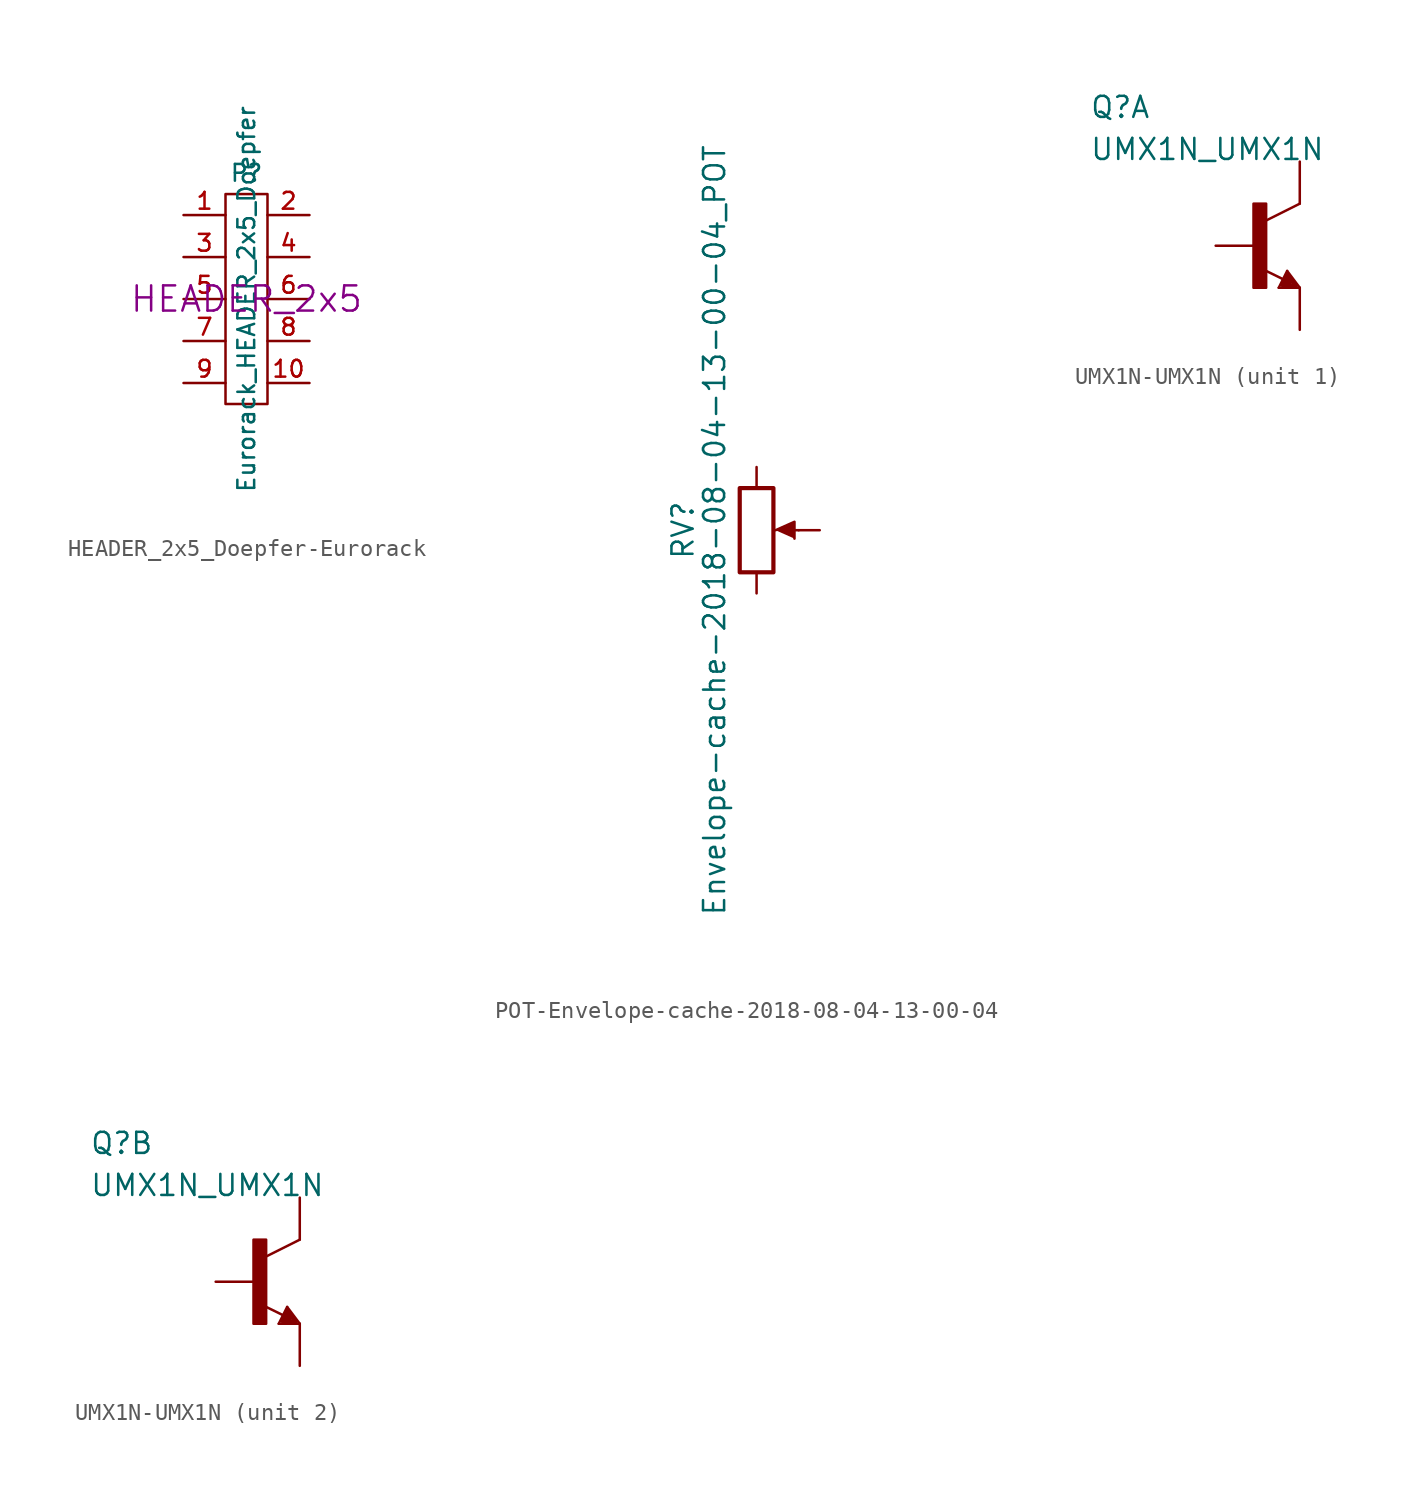
<source format=kicad_sym>
(kicad_symbol_lib
  (version 20231120)
  (generator "kicad_symbol_editor")
  (generator_version "8.0")
  (symbol "HEADER_2x5_Doepfer-Eurorack"
    (pin_names
      (offset 1.016) hide)
    (property "Reference" "P"
      (at 0 7.62 0)
      (effects (font (size 1.016 1.016))))
    (property "Value" "Eurorack_HEADER_2x5_Doepfer"
      (at 0 0 90)
      (effects (font (size 1.016 1.016))))
    (property "Footprint" "HEADER_2x5"
      (at 0 0 0)
      (effects (font (size 1.524 1.524))))
    (property "Datasheet" ""
      (at 0 0 0)
      (effects (font (size 1.524 1.524))))
    (symbol "HEADER_2x5_Doepfer-Eurorack_0_1"
      (rectangle (start -1.27 6.35) (end 1.27 -6.35) (stroke (width 0) (type solid)) (fill (type none))))
    (symbol "HEADER_2x5_Doepfer-Eurorack_1_1"
      (pin passive line (at -3.81 5.08 0) (length 2.54) (name "-12" (effects (font (size 1.016 1.016)))) (number "1" (effects (font (size 1.016 1.016)))))
      (pin passive line (at 3.81 -5.08 180) (length 2.54) (name "+12" (effects (font (size 1.016 1.016)))) (number "10" (effects (font (size 1.016 1.016)))))
      (pin passive line (at 3.81 5.08 180) (length 2.54) (name "-12" (effects (font (size 1.016 1.016)))) (number "2" (effects (font (size 1.016 1.016)))))
      (pin passive line (at -3.81 2.54 0) (length 2.54) (name "GND" (effects (font (size 1.016 1.016)))) (number "3" (effects (font (size 1.016 1.016)))))
      (pin passive line (at 3.81 2.54 180) (length 2.54) (name "GND" (effects (font (size 1.016 1.016)))) (number "4" (effects (font (size 1.016 1.016)))))
      (pin passive line (at -3.81 0 0) (length 2.54) (name "GND" (effects (font (size 1.016 1.016)))) (number "5" (effects (font (size 1.016 1.016)))))
      (pin passive line (at 3.81 0 180) (length 2.54) (name "GND" (effects (font (size 1.016 1.016)))) (number "6" (effects (font (size 1.016 1.016)))))
      (pin passive line (at -3.81 -2.54 0) (length 2.54) (name "GND" (effects (font (size 1.016 1.016)))) (number "7" (effects (font (size 1.016 1.016)))))
      (pin passive line (at 3.81 -2.54 180) (length 2.54) (name "GND" (effects (font (size 1.016 1.016)))) (number "8" (effects (font (size 1.016 1.016)))))
      (pin passive line (at -3.81 -5.08 0) (length 2.54) (name "+12" (effects (font (size 1.016 1.016)))) (number "9" (effects (font (size 1.016 1.016)))))))
  (symbol "POT-Envelope-cache-2018-08-04-13-00-04"
    (pin_numbers hide)
    (pin_names
      (offset 1.016) hide)
    (property "Reference" "RV"
      (at -4.445 0 90)
      (effects (font (size 1.27 1.27))))
    (property "Value" "Envelope-cache-2018-08-04-13-00-04_POT"
      (at -2.54 0 90)
      (effects (font (size 1.27 1.27))))
    (symbol "POT-Envelope-cache-2018-08-04-13-00-04_0_1"
      (polyline (pts (xy 2.54 0) (xy 1.524 0)) (stroke (width 0) (type solid)) (fill (type none)))
      (polyline (pts (xy 1.143 0) (xy 2.286 0.508) (xy 2.286 -0.508)) (stroke (width 0) (type solid)) (fill (type outline)))
      (rectangle (start 1.016 2.54) (end -1.016 -2.54) (stroke (width 0.254) (type solid)) (fill (type none))))
    (symbol "POT-Envelope-cache-2018-08-04-13-00-04_1_1"
      (pin passive line (at 0 3.81 270) (length 1.27) (name "1" (effects (font (size 1.27 1.27)))) (number "1" (effects (font (size 1.27 1.27)))))
      (pin passive line (at 3.81 0 180) (length 1.27) (name "2" (effects (font (size 1.27 1.27)))) (number "2" (effects (font (size 1.27 1.27)))))
      (pin passive line (at 0 -3.81 90) (length 1.27) (name "3" (effects (font (size 1.27 1.27)))) (number "3" (effects (font (size 1.27 1.27)))))))
  (symbol "UMX1N-UMX1N"
    (pin_numbers hide)
    (pin_names
      (offset 1.016) hide)
    (property "Reference" "Q"
      (at -10.16 7.62 0)
      (effects (font (size 1.27 1.27)) (justify left bottom)))
    (property "Value" "UMX1N_UMX1N"
      (at -10.16 5.08 0)
      (effects (font (size 1.27 1.27)) (justify left bottom)))
    (property "ki_locked" ""
      (at 0 0 0)
      (effects (font (size 1.27 1.27))))
    (symbol "UMX1N-UMX1N_1_0"
      (rectangle (start -0.254 -2.54) (end 0.508 2.54) (stroke (width 0) (type solid)) (fill (type outline)))
      (polyline (pts (xy 1.27 -2.54) (xy 1.778 -1.524)) (stroke (width 0.152) (type solid)) (fill (type none)))
      (polyline (pts (xy 1.524 -2.413) (xy 2.286 -2.413)) (stroke (width 0.254) (type solid)) (fill (type none)))
      (polyline (pts (xy 1.524 -2.286) (xy 1.905 -2.286)) (stroke (width 0.254) (type solid)) (fill (type none)))
      (polyline (pts (xy 1.549 -2.032) (xy 0.305 -1.422)) (stroke (width 0.152) (type solid)) (fill (type none)))
      (polyline (pts (xy 1.778 -1.778) (xy 1.524 -2.286)) (stroke (width 0.254) (type solid)) (fill (type none)))
      (polyline (pts (xy 1.778 -1.524) (xy 2.54 -2.54)) (stroke (width 0.152) (type solid)) (fill (type none)))
      (polyline (pts (xy 1.905 -2.286) (xy 1.778 -2.032)) (stroke (width 0.254) (type solid)) (fill (type none)))
      (polyline (pts (xy 2.286 -2.413) (xy 1.778 -1.778)) (stroke (width 0.254) (type solid)) (fill (type none)))
      (polyline (pts (xy 2.54 -2.54) (xy 1.27 -2.54)) (stroke (width 0.152) (type solid)) (fill (type none)))
      (polyline (pts (xy 2.54 2.54) (xy 0.508 1.524)) (stroke (width 0.152) (type solid)) (fill (type none)))
      (pin passive line (at 2.54 -5.08 90) (length 2.54) (name "E" (effects (font (size 1.016 1.016)))) (number "1" (effects (font (size 1.016 1.016)))))
      (pin passive line (at -2.54 0 0) (length 2.54) (name "B" (effects (font (size 1.016 1.016)))) (number "2" (effects (font (size 1.016 1.016)))))
      (pin passive line (at 2.54 5.08 270) (length 2.54) (name "C" (effects (font (size 1.016 1.016)))) (number "6" (effects (font (size 1.016 1.016))))))
    (symbol "UMX1N-UMX1N_2_0"
      (rectangle (start -0.254 -2.54) (end 0.508 2.54) (stroke (width 0) (type solid)) (fill (type outline)))
      (polyline (pts (xy 1.27 -2.54) (xy 1.778 -1.524)) (stroke (width 0.152) (type solid)) (fill (type none)))
      (polyline (pts (xy 1.524 -2.413) (xy 2.286 -2.413)) (stroke (width 0.254) (type solid)) (fill (type none)))
      (polyline (pts (xy 1.524 -2.286) (xy 1.905 -2.286)) (stroke (width 0.254) (type solid)) (fill (type none)))
      (polyline (pts (xy 1.549 -2.032) (xy 0.305 -1.422)) (stroke (width 0.152) (type solid)) (fill (type none)))
      (polyline (pts (xy 1.778 -1.778) (xy 1.524 -2.286)) (stroke (width 0.254) (type solid)) (fill (type none)))
      (polyline (pts (xy 1.778 -1.524) (xy 2.54 -2.54)) (stroke (width 0.152) (type solid)) (fill (type none)))
      (polyline (pts (xy 1.905 -2.286) (xy 1.778 -2.032)) (stroke (width 0.254) (type solid)) (fill (type none)))
      (polyline (pts (xy 2.286 -2.413) (xy 1.778 -1.778)) (stroke (width 0.254) (type solid)) (fill (type none)))
      (polyline (pts (xy 2.54 -2.54) (xy 1.27 -2.54)) (stroke (width 0.152) (type solid)) (fill (type none)))
      (polyline (pts (xy 2.54 2.54) (xy 0.508 1.524)) (stroke (width 0.152) (type solid)) (fill (type none)))
      (pin passive line (at 2.54 5.08 270) (length 2.54) (name "C" (effects (font (size 1.016 1.016)))) (number "3" (effects (font (size 1.016 1.016)))))
      (pin passive line (at 2.54 -5.08 90) (length 2.54) (name "E" (effects (font (size 1.016 1.016)))) (number "4" (effects (font (size 1.016 1.016)))))
      (pin passive line (at -2.54 0 0) (length 2.54) (name "B" (effects (font (size 1.016 1.016)))) (number "5" (effects (font (size 1.016 1.016))))))))
</source>
